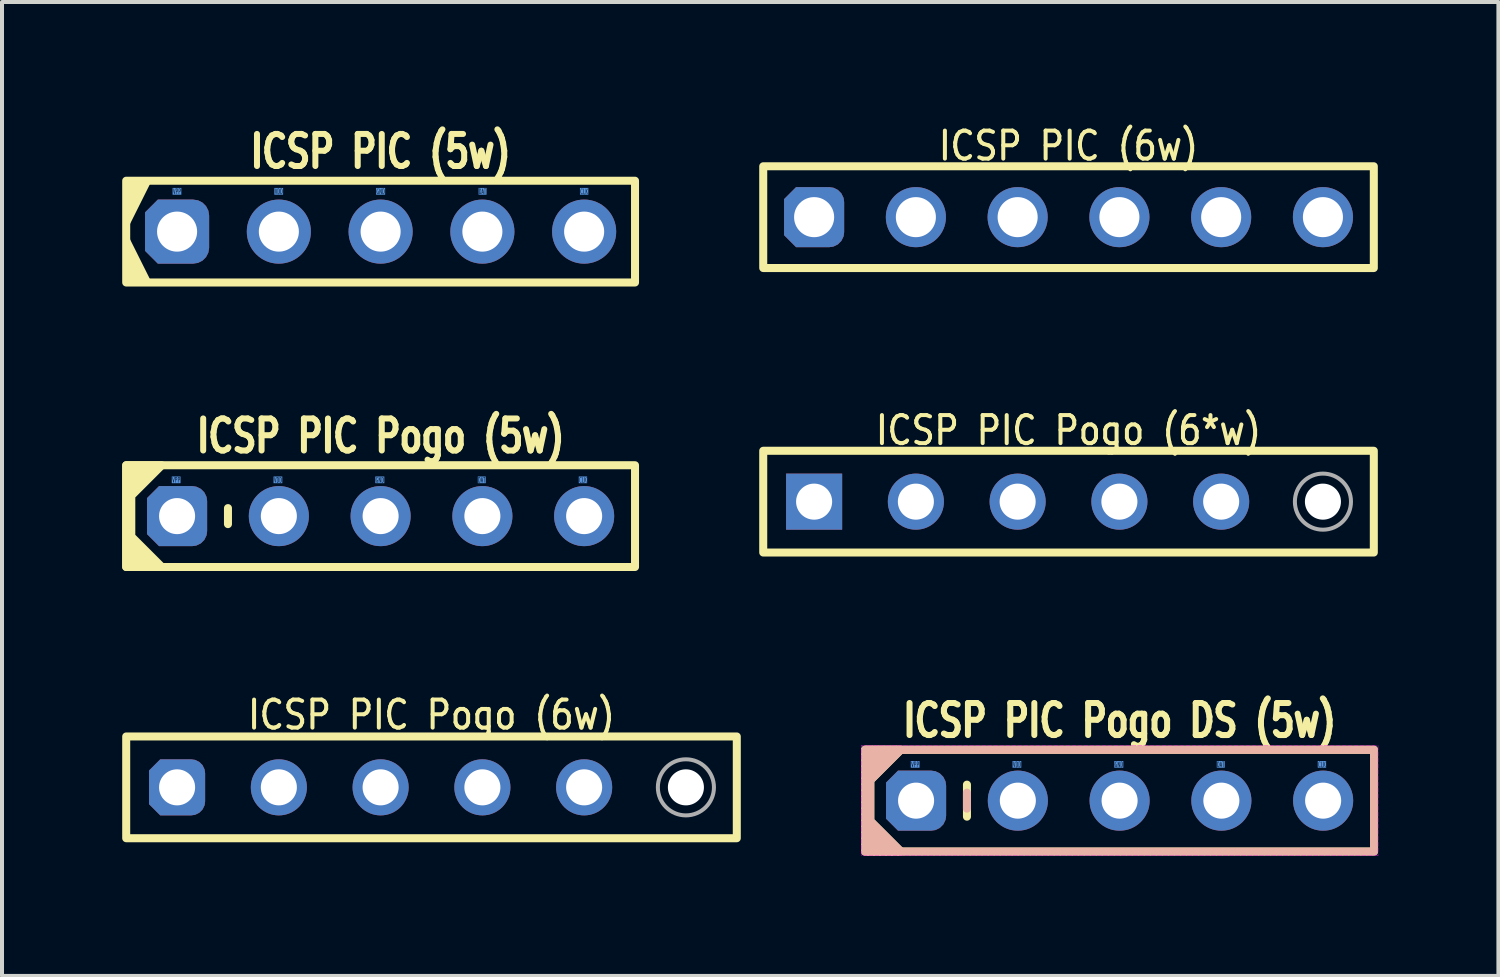
<source format=kicad_pcb>
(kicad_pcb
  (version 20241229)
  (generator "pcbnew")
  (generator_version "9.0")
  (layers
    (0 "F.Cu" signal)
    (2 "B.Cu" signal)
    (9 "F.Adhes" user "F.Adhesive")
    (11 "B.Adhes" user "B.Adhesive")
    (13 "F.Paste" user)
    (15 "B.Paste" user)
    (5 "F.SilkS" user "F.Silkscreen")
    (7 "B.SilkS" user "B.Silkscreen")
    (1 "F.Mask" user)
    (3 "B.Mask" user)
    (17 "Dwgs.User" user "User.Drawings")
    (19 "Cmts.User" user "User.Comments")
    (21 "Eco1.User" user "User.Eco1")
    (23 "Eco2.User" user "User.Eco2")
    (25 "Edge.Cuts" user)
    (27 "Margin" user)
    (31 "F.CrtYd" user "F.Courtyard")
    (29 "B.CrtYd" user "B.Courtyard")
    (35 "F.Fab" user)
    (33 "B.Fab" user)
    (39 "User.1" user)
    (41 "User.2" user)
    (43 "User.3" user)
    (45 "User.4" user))
  (footprint "ICSP PIC Pogo DS (5w)"
    (layer "F.Cu")
    (at 24.895 16.934)
    (property "Reference" "ICSP PIC Pogo DS (5w)" (at 0 -2 0) (layer "F.SilkS") (effects (font (size 0.8 0.6) (thickness 0.15) (bold yes))))
    (attr through_hole)
    (fp_line (start -3.81 -0.4) (end -3.81 0.4) (stroke (width 0.2) (type solid)) (layer "F.SilkS"))
    (fp_rect (start -6.35 -1.27) (end 6.35 1.27) (stroke (width 0.2) (type default)) (fill no) (layer "F.SilkS"))
    (fp_poly (pts (xy -6.223 -0.508) (xy -5.461 -1.27) (xy -6.35 -1.27) (xy -6.35 1.27) (xy -5.461 1.27) (xy -6.223 0.508)) (stroke (width 0.2) (type solid)) (fill yes) (layer "F.SilkS"))
    (fp_line (start -3.81 -0.2) (end -3.81 0.2) (stroke (width 0.2) (type solid)) (layer "B.SilkS"))
    (fp_rect (start -6.35 -1.27) (end 6.35 1.27) (stroke (width 0.2) (type solid)) (fill no) (layer "B.SilkS"))
    (fp_poly (pts (xy -6.223 -0.508) (xy -5.461 -1.27) (xy -6.35 -1.27) (xy -6.35 1.27) (xy -5.461 1.27) (xy -6.223 0.508)) (stroke (width 0.2) (type solid)) (fill yes) (layer "B.SilkS"))
    (fp_rect (start -6.45 -1.37) (end 6.45 1.37) (stroke (width 0.01) (type dash)) (fill no) (layer "F.CrtYd"))
    (fp_text user "VPP" (at -5.1 -0.9 0) (layer "Cmts.User" knockout) (effects (font (size 0.13 0.07) (thickness 0.01) (bold yes))))
    (fp_text user "DAT" (at 2.52 -0.9 0) (layer "Cmts.User" knockout) (effects (font (size 0.13 0.07) (thickness 0.01))))
    (fp_text user "VDD" (at -2.56 -0.9 0) (layer "Cmts.User" knockout) (effects (font (size 0.13 0.07) (thickness 0.01) (bold yes))))
    (fp_text user "CLK" (at 5.05 -0.9 0) (layer "Cmts.User" knockout) (effects (font (size 0.13 0.07) (thickness 0.01))))
    (fp_text user "GND" (at -0.02 -0.9 0) (layer "Cmts.User" knockout) (effects (font (size 0.13 0.07) (thickness 0.01) (bold yes))))
    (pad "1" thru_hole roundrect (at -5.08 0) (size 1.5 1.5) (drill 0.9) (layers "*.Cu" "*.Mask") (roundrect_rratio 0.25) (chamfer_ratio 0.2) (chamfer top_left bottom_left))
    (pad "2" thru_hole circle (at -2.54 0) (size 1.5 1.5) (drill 0.9) (layers "*.Cu" "*.Mask"))
    (pad "3" thru_hole circle (at 0 0) (size 1.5 1.5) (drill 0.9) (layers "*.Cu" "*.Mask"))
    (pad "4" thru_hole circle (at 2.54 0) (size 1.5 1.5) (drill 0.9) (layers "*.Cu" "*.Mask"))
    (pad "5" thru_hole circle (at 5.08 0) (size 1.5 1.5) (drill 0.9) (layers "*.Cu" "*.Mask")))
  (footprint "ICSP PIC (6w)"
    (layer "F.Cu")
    (at 23.62 2.37)
    (property "Reference" "ICSP PIC (6w)" (at 0 -1.37 0) (unlocked yes) (layer "F.SilkS") (effects (font (size 0.7 0.6) (thickness 0.1)) (justify bottom)))
    (attr smd)
    (fp_rect (start -7.62 -1.27) (end 7.62 1.27) (stroke (width 0.2) (type default)) (fill no) (layer "F.SilkS"))
    (fp_text user "GND" (at -1.27 -1.07 0) (unlocked yes) (layer "User.7") (effects (font (size 0.13 0.07) (thickness 0.014) (bold yes)) (justify top)))
    (fp_text user "PGC" (at 1.27 -1.07 0) (unlocked yes) (layer "User.7") (effects (font (size 0.13 0.07) (thickness 0.01)) (justify top)))
    (fp_text user "PGD" (at 3.81 -1.07 0) (unlocked yes) (layer "User.7") (effects (font (size 0.13 0.07) (thickness 0.01)) (justify top)))
    (fp_text user "Vdd" (at -3.81 -1.07 0) (unlocked yes) (layer "User.7") (effects (font (size 0.13 0.07) (thickness 0.014) (bold yes)) (justify top)))
    (fp_text user "LVP" (at 6.35 -1.07 0) (unlocked yes) (layer "User.7") (effects (font (size 0.13 0.07) (thickness 0.01)) (justify top)))
    (fp_text user "Vpp" (at -6.35 -1.07 0) (unlocked yes) (layer "User.7") (effects (font (size 0.13 0.07) (thickness 0.014) (bold yes)) (justify top)))
    (pad "1" thru_hole roundrect (at -6.35 0) (size 1.5 1.5) (drill 1) (layers "*.Cu" "*.Mask") (roundrect_rratio 0.25) (chamfer_ratio 0.2) (chamfer top_left bottom_left))
    (pad "2" thru_hole circle (at -3.81 0) (size 1.5 1.5) (drill 1) (layers "*.Cu" "*.Mask"))
    (pad "3" thru_hole circle (at -1.27 0) (size 1.5 1.5) (drill 1) (layers "*.Cu" "*.Mask"))
    (pad "4" thru_hole circle (at 1.27 0) (size 1.5 1.5) (drill 1) (layers "*.Cu" "*.Mask"))
    (pad "5" thru_hole circle (at 3.81 0) (size 1.5 1.5) (drill 1) (layers "*.Cu" "*.Mask"))
    (pad "6" thru_hole circle (at 6.35 0) (size 1.5 1.5) (drill 1) (layers "*.Cu" "*.Mask")))
  (footprint "ICSP PIC (5w)"
    (layer "F.Cu")
    (at 6.45 2.731)
    (property "Reference" "ICSP PIC (5w)" (at 0 -2 0) (layer "F.SilkS") (effects (font (size 0.8 0.6) (thickness 0.15) (bold yes))))
    (attr smd)
    (fp_rect (start -6.35 -1.27) (end 6.35 1.27) (stroke (width 0.2) (type default)) (fill no) (layer "F.SilkS"))
    (fp_poly (pts (xy -6.35 0) (xy -6.35 -1.27) (xy -5.715 -1.27)) (stroke (width 0) (type solid)) (fill yes) (layer "F.SilkS"))
    (fp_poly (pts (xy -6.35 0) (xy -6.35 1.27) (xy -5.715 1.27)) (stroke (width 0) (type solid)) (fill yes) (layer "F.SilkS"))
    (fp_text user "DAT" (at 2.54 -1 0) (layer "Cmts.User" knockout) (effects (font (size 0.13 0.07) (thickness 0.01))))
    (fp_text user "GND" (at 0 -1 0) (layer "Cmts.User" knockout) (effects (font (size 0.13 0.07) (thickness 0.01) (bold yes))))
    (fp_text user "CLK" (at 5.08 -1 0) (layer "Cmts.User" knockout) (effects (font (size 0.13 0.07) (thickness 0.01))))
    (fp_text user "VPP" (at -5.08 -1 0) (layer "Cmts.User" knockout) (effects (font (size 0.13 0.07) (thickness 0.01) (bold yes))))
    (fp_text user "VDD" (at -2.54 -1 0) (layer "Cmts.User" knockout) (effects (font (size 0.13 0.07) (thickness 0.01) (bold yes))))
    (pad "1" thru_hole roundrect (at -5.08 0) (size 1.6 1.6) (drill 1) (layers "*.Cu" "*.Mask") (roundrect_rratio 0.25) (chamfer_ratio 0.2) (chamfer top_left bottom_left))
    (pad "2" thru_hole circle (at -2.54 0) (size 1.6 1.6) (drill 1) (layers "*.Cu" "*.Mask"))
    (pad "3" thru_hole circle (at 0 0) (size 1.6 1.6) (drill 1) (layers "*.Cu" "*.Mask"))
    (pad "4" thru_hole circle (at 2.54 0) (size 1.6 1.6) (drill 1) (layers "*.Cu" "*.Mask"))
    (pad "5" thru_hole circle (at 5.08 0) (size 1.6 1.6) (drill 1) (layers "*.Cu" "*.Mask")))
  (footprint "ICSP PIC Pogo (6w)"
    (layer "F.Cu")
    (at 7.72 16.602)
    (property "Reference" "ICSP PIC Pogo (6w)" (at 0 -1.4 0) (unlocked yes) (layer "F.SilkS") (effects (font (size 0.7 0.6) (thickness 0.1)) (justify bottom)))
    (attr smd)
    (fp_rect (start -7.62 -1.27) (end 7.62 1.27) (stroke (width 0.2) (type default)) (fill no) (layer "F.SilkS"))
    (fp_circle (center 6.35 0) (end 7.05 0) (stroke (width 0.1) (type solid)) (fill no) (layer "F.Fab"))
    (fp_text user "DAT" (at 1.27 -1.07 0) (unlocked yes) (layer "User.7") (effects (font (size 0.13 0.07) (thickness 0.01)) (justify top)))
    (fp_text user "GND" (at -1.27 -1.07 0) (unlocked yes) (layer "User.7") (effects (font (size 0.13 0.07) (thickness 0.014) (bold yes)) (justify top)))
    (fp_text user "VDD" (at -3.81 -1.07 0) (unlocked yes) (layer "User.7") (effects (font (size 0.13 0.07) (thickness 0.014) (bold yes)) (justify top)))
    (fp_text user "CLK" (at 3.81 -1.07 0) (unlocked yes) (layer "User.7") (effects (font (size 0.13 0.07) (thickness 0.01)) (justify top)))
    (fp_text user "VPP" (at -6.35 -1.07 0) (unlocked yes) (layer "User.7") (effects (font (size 0.13 0.07) (thickness 0.014) (bold yes)) (justify top)))
    (pad "" np_thru_hole circle (at 6.35 0) (size 0.9 0.9) (drill 0.9) (layers "*.Cu" "*.Mask"))
    (pad "1" thru_hole roundrect (at -6.35 0) (size 1.4 1.4) (drill 0.9) (layers "*.Cu" "*.Mask") (roundrect_rratio 0.25) (chamfer_ratio 0.2) (chamfer top_left bottom_left))
    (pad "2" thru_hole circle (at -3.81 0) (size 1.4 1.4) (drill 0.9) (layers "*.Cu" "*.Mask"))
    (pad "3" thru_hole circle (at -1.27 0) (size 1.4 1.4) (drill 0.9) (layers "*.Cu" "*.Mask"))
    (pad "4" thru_hole circle (at 1.27 0) (size 1.4 1.4) (drill 0.9) (layers "*.Cu" "*.Mask"))
    (pad "5" thru_hole circle (at 3.81 0) (size 1.4 1.4) (drill 0.9) (layers "*.Cu" "*.Mask")))
  (footprint "ICSP PIC Pogo (5w)"
    (layer "F.Cu")
    (at 6.45 9.832)
    (property "Reference" "ICSP PIC Pogo (5w)" (at 0 -2 0) (layer "F.SilkS") (effects (font (size 0.8 0.6) (thickness 0.15) (bold yes))))
    (attr through_hole)
    (fp_line (start -3.81 -0.2) (end -3.81 0.2) (stroke (width 0.2) (type default)) (layer "F.SilkS"))
    (fp_rect (start -6.35 -1.27) (end 6.35 1.27) (stroke (width 0.2) (type default)) (fill no) (layer "F.SilkS"))
    (fp_poly (pts (xy -6.223 -0.508) (xy -5.461 -1.27) (xy -6.35 -1.27) (xy -6.35 1.27) (xy -5.461 1.27) (xy -6.223 0.508)) (stroke (width 0.2) (type solid)) (fill yes) (layer "F.SilkS"))
    (fp_text user "VPP" (at -5.1 -0.9 0) (layer "Cmts.User" knockout) (effects (font (size 0.13 0.07) (thickness 0.01) (bold yes))))
    (fp_text user "CLK" (at 5.05 -0.9 0) (layer "Cmts.User" knockout) (effects (font (size 0.13 0.07) (thickness 0.01))))
    (fp_text user "VDD" (at -2.56 -0.9 0) (layer "Cmts.User" knockout) (effects (font (size 0.13 0.07) (thickness 0.01) (bold yes))))
    (fp_text user "DAT" (at 2.52 -0.9 0) (layer "Cmts.User" knockout) (effects (font (size 0.13 0.07) (thickness 0.01))))
    (fp_text user "GND" (at -0.02 -0.9 0) (layer "Cmts.User" knockout) (effects (font (size 0.13 0.07) (thickness 0.01) (bold yes))))
    (pad "1" thru_hole roundrect (at -5.08 0) (size 1.5 1.5) (drill 0.9) (layers "*.Cu" "*.Mask") (roundrect_rratio 0.25) (chamfer_ratio 0.2) (chamfer top_left bottom_left))
    (pad "2" thru_hole circle (at -2.54 0) (size 1.5 1.5) (drill 0.9) (layers "*.Cu" "*.Mask"))
    (pad "3" thru_hole circle (at 0 0) (size 1.5 1.5) (drill 0.9) (layers "*.Cu" "*.Mask"))
    (pad "4" thru_hole circle (at 2.54 0) (size 1.5 1.5) (drill 0.9) (layers "*.Cu" "*.Mask"))
    (pad "5" thru_hole circle (at 5.08 0) (size 1.5 1.5) (drill 0.9) (layers "*.Cu" "*.Mask")))
  (footprint "ICSP PIC Pogo (6*w)"
    (layer "F.Cu")
    (at 23.62 9.471)
    (property "Reference" "ICSP PIC Pogo (6*w)" (at 0 -1.37 0) (unlocked yes) (layer "F.SilkS") (effects (font (size 0.7 0.6) (thickness 0.1)) (justify bottom)))
    (attr smd)
    (fp_rect (start -7.62 -1.27) (end 7.62 1.27) (stroke (width 0.2) (type default)) (fill no) (layer "F.SilkS"))
    (fp_circle (center 6.35 0) (end 7.05 0) (stroke (width 0.1) (type solid)) (fill no) (layer "F.Fab"))
    (fp_text user "Vdd" (at -3.81 -1.07 0) (unlocked yes) (layer "User.7") (effects (font (size 0.13 0.07) (thickness 0.014) (bold yes)) (justify top)))
    (fp_text user "GND" (at -1.27 -1.07 0) (unlocked yes) (layer "User.7") (effects (font (size 0.13 0.07) (thickness 0.014) (bold yes)) (justify top)))
    (fp_text user "PGD" (at 3.81 -1.07 0) (unlocked yes) (layer "User.7") (effects (font (size 0.13 0.07) (thickness 0.01)) (justify top)))
    (fp_text user "PGC" (at 1.27 -1.07 0) (unlocked yes) (layer "User.7") (effects (font (size 0.13 0.07) (thickness 0.01)) (justify top)))
    (fp_text user "Vpp" (at -6.35 -1.07 0) (unlocked yes) (layer "User.7") (effects (font (size 0.13 0.07) (thickness 0.014) (bold yes)) (justify top)))
    (pad "" np_thru_hole circle (at 6.35 0) (size 0.9 0.9) (drill 0.9) (layers "*.Cu" "*.Mask"))
    (pad "1" thru_hole rect (at -6.35 0) (size 1.4 1.4) (drill 0.9) (layers "*.Cu" "F.Mask"))
    (pad "2" thru_hole circle (at -3.81 0) (size 1.4 1.4) (drill 0.9) (layers "*.Cu" "F.Mask"))
    (pad "3" thru_hole circle (at -1.27 0) (size 1.4 1.4) (drill 0.9) (layers "*.Cu" "F.Mask"))
    (pad "4" thru_hole circle (at 1.27 0) (size 1.4 1.4) (drill 0.9) (layers "*.Cu" "F.Mask"))
    (pad "5" thru_hole circle (at 3.81 0) (size 1.4 1.4) (drill 0.9) (layers "*.Cu" "F.Mask")))
  (gr_rect
    (start -3 -3)
    (end 34.35 21.309)
    (stroke (width 0.1) (type default))
    (fill no)
    (layer "Edge.Cuts")))
</source>
